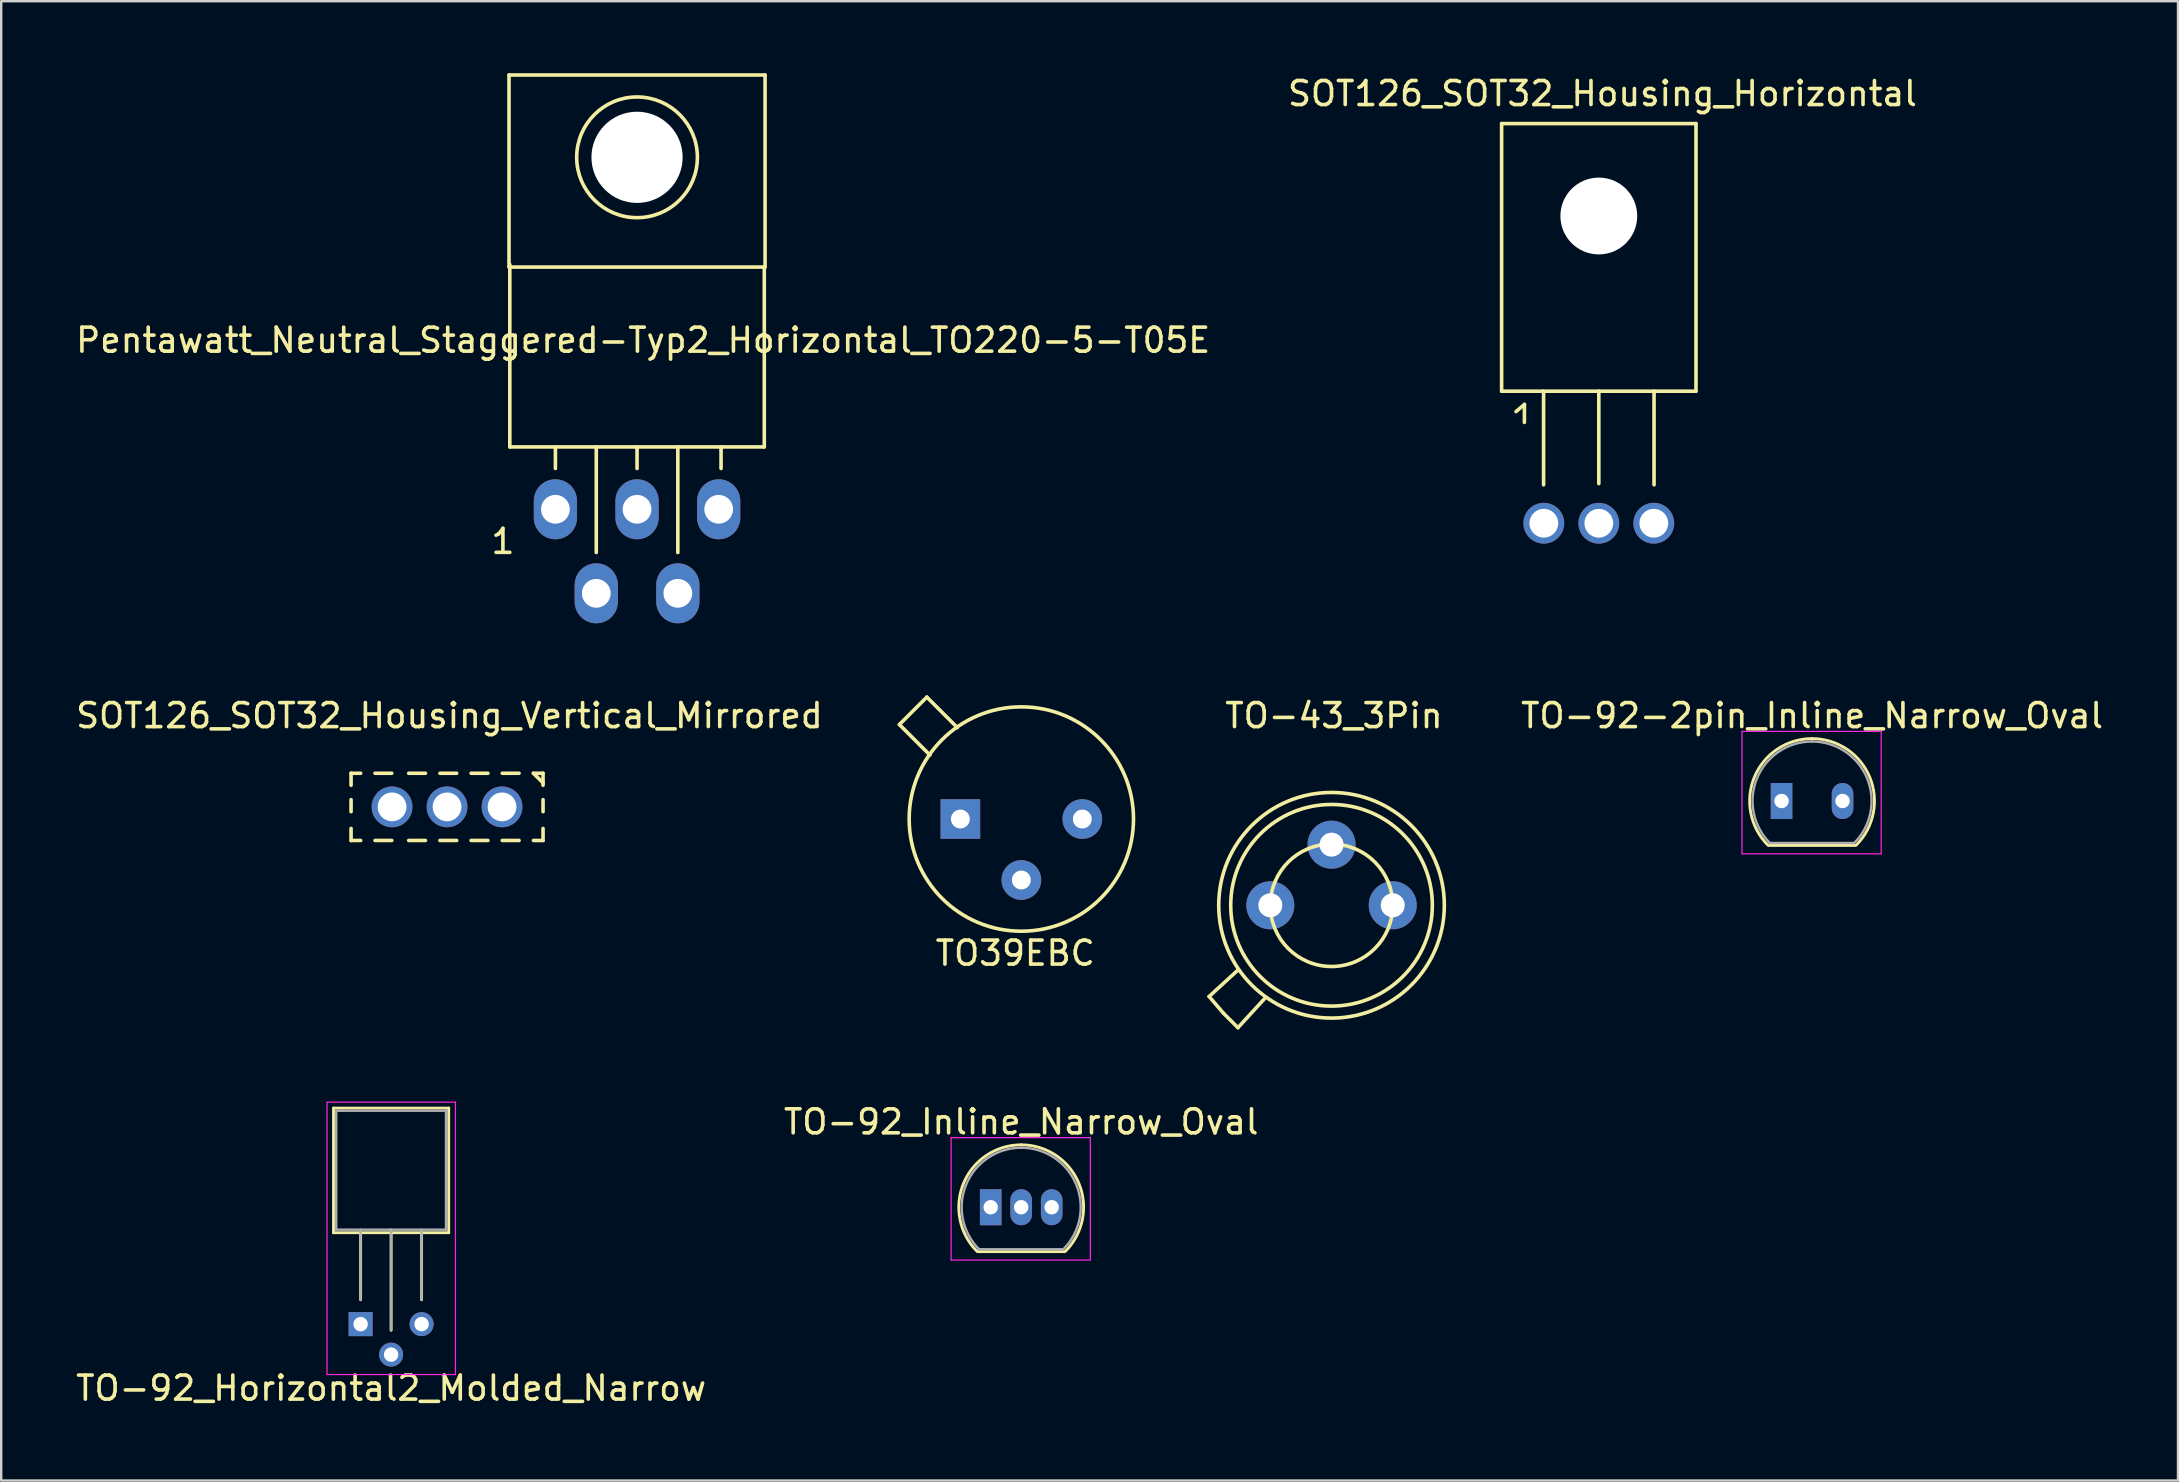
<source format=kicad_pcb>
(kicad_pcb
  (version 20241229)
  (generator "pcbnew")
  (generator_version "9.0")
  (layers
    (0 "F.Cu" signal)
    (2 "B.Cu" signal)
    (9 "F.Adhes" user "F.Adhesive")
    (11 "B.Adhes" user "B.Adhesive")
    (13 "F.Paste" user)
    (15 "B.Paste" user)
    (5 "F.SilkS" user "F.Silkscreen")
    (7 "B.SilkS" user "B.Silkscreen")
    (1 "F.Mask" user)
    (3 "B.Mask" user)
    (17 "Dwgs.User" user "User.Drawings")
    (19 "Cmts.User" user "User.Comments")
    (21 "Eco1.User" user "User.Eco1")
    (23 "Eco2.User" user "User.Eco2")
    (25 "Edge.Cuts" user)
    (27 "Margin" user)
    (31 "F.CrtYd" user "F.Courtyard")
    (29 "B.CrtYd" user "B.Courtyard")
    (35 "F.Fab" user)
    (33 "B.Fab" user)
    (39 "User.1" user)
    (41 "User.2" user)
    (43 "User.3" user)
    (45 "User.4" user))
  (footprint "Pentawatt_Neutral_Staggered-Typ2_Horizontal_TO220-5-T05E"
    (layer "F.Cu")
    (at 23.49 20.268)
    (property "Reference" "Pentawatt_Neutral_Staggered-Typ2_Horizontal_TO220-5-T05E" (at 0.254 -9.144 0) (layer "F.SilkS") (effects (font (size 1 1) (thickness 0.15))))
    (attr through_hole)
    (fp_line (start -5.334 -20.193) (end -5.334 -12.192) (stroke (width 0.15) (type solid)) (layer "F.SilkS"))
    (fp_line (start -5.301 -4.699) (end -5.301 -12.301) (stroke (width 0.15) (type solid)) (layer "F.SilkS"))
    (fp_line (start -5.301 -4.699) (end 5.301 -4.699) (stroke (width 0.15) (type solid)) (layer "F.SilkS"))
    (fp_line (start -3.401 -3.8) (end -3.401 -4.699) (stroke (width 0.15) (type solid)) (layer "F.SilkS"))
    (fp_line (start -1.699 -0.3) (end -1.699 -4.699) (stroke (width 0.15) (type solid)) (layer "F.SilkS"))
    (fp_line (start 0 -3.8) (end 0 -4.699) (stroke (width 0.15) (type solid)) (layer "F.SilkS"))
    (fp_line (start 1.699 -0.3) (end 1.699 -4.699) (stroke (width 0.15) (type solid)) (layer "F.SilkS"))
    (fp_line (start 3.5 -3.8) (end 3.5 -4.699) (stroke (width 0.15) (type solid)) (layer "F.SilkS"))
    (fp_line (start 5.301 -12.2) (end 5.301 -4.699) (stroke (width 0.15) (type solid)) (layer "F.SilkS"))
    (fp_line (start 5.334 -20.193) (end -5.334 -20.193) (stroke (width 0.15) (type solid)) (layer "F.SilkS"))
    (fp_line (start 5.334 -12.192) (end -5.334 -12.192) (stroke (width 0.15) (type solid)) (layer "F.SilkS"))
    (fp_line (start 5.334 -12.192) (end 5.334 -20.193) (stroke (width 0.15) (type solid)) (layer "F.SilkS"))
    (fp_circle (center 0 -16.764) (end 1.778 -14.986) (stroke (width 0.15) (type solid)) (fill no) (layer "F.SilkS"))
    (fp_text user "1" (at -5.588 -0.762 0) (layer "F.SilkS") (effects (font (size 1 1) (thickness 0.15))))
    (pad "" np_thru_hole circle (at 0 -16.764 90) (size 3.8 3.8) (drill 3.8) (layers "*.Cu" "*.Mask"))
    (pad "1" thru_hole oval (at -3.401 -2.101 90) (size 2.499 1.801) (drill 1.199) (layers "*.Cu" "*.Mask"))
    (pad "2" thru_hole oval (at -1.699 1.4 90) (size 2.499 1.801) (drill 1.199) (layers "*.Cu" "*.Mask"))
    (pad "3" thru_hole oval (at 0 -2.101 90) (size 2.499 1.801) (drill 1.199) (layers "*.Cu" "*.Mask"))
    (pad "4" thru_hole oval (at 1.699 1.4 90) (size 2.499 1.801) (drill 1.199) (layers "*.Cu" "*.Mask"))
    (pad "5" thru_hole oval (at 3.401 -2.101 90) (size 2.499 1.801) (drill 1.199) (layers "*.Cu" "*.Mask")))
  (footprint "TO-43_3Pin"
    (layer "F.Cu")
    (at 52.423 34.665)
    (property "Reference" "TO-43_3Pin" (at 0.1 -7.9 0) (layer "F.SilkS") (effects (font (size 1 1) (thickness 0.15))))
    (attr through_hole)
    (fp_line (start -5.1 3.8) (end -3.9 2.7) (stroke (width 0.15) (type solid)) (layer "F.SilkS"))
    (fp_line (start -4.5 4.5) (end -5.1 3.8) (stroke (width 0.15) (type solid)) (layer "F.SilkS"))
    (fp_line (start -4.5 4.5) (end -3.9 5.1) (stroke (width 0.15) (type solid)) (layer "F.SilkS"))
    (fp_line (start -3.9 5.1) (end -2.8 3.9) (stroke (width 0.15) (type solid)) (layer "F.SilkS"))
    (fp_circle (center 0 0) (end 2.55 0) (stroke (width 0.15) (type solid)) (fill no) (layer "F.SilkS"))
    (fp_circle (center 0 0) (end 4.2 0) (stroke (width 0.15) (type solid)) (fill no) (layer "F.SilkS"))
    (fp_circle (center 0 0) (end 4.7 0) (stroke (width 0.15) (type solid)) (fill no) (layer "F.SilkS"))
    (pad "1" thru_hole circle (at -2.55 0) (size 2 2) (drill 1) (layers "*.Cu" "*.Mask"))
    (pad "2" thru_hole circle (at 0 -2.525) (size 2 2) (drill 1) (layers "*.Cu" "*.Mask"))
    (pad "3" thru_hole circle (at 2.55 0) (size 2 2) (drill 1) (layers "*.Cu" "*.Mask")))
  (footprint "TO-92_Inline_Narrow_Oval"
    (layer "F.Cu")
    (at 38.224 47.245)
    (property "Reference" "TO-92_Inline_Narrow_Oval" (at 1.27 -3.556 0) (layer "F.SilkS") (effects (font (size 1 1) (thickness 0.15))))
    (attr through_hole)
    (fp_line (start -0.53 1.85) (end 3.07 1.85) (stroke (width 0.12) (type solid)) (layer "F.SilkS"))
    (fp_arc (start -0.568478 1.838478) (mid -1.132087 -0.994977) (end 1.27 -2.6) (stroke (width 0.12) (type solid)) (layer "F.SilkS"))
    (fp_arc (start 1.27 -2.6) (mid 3.672087 -0.994977) (end 3.108478 1.838478) (stroke (width 0.12) (type solid)) (layer "F.SilkS"))
    (fp_line (start -1.65 -2.9) (end 4.15 -2.9) (stroke (width 0.05) (type solid)) (layer "F.CrtYd"))
    (fp_line (start -1.65 2.2) (end -1.65 -2.9) (stroke (width 0.05) (type solid)) (layer "F.CrtYd"))
    (fp_line (start 4.15 -2.9) (end 4.15 2.2) (stroke (width 0.05) (type solid)) (layer "F.CrtYd"))
    (fp_line (start 4.15 2.2) (end -1.65 2.2) (stroke (width 0.05) (type solid)) (layer "F.CrtYd"))
    (fp_line (start -0.5 1.75) (end 3 1.75) (stroke (width 0.1) (type solid)) (layer "F.Fab"))
    (fp_arc (start -0.483625 1.753625) (mid -1.021221 -0.949055) (end 1.27 -2.48) (stroke (width 0.1) (type solid)) (layer "F.Fab"))
    (fp_arc (start 1.27 -2.48) (mid 3.561221 -0.949055) (end 3.023625 1.753625) (stroke (width 0.1) (type solid)) (layer "F.Fab"))
    (pad "1" thru_hole rect (at 0 0 180) (size 0.899 1.501) (drill 0.6) (layers "*.Cu" "*.Mask"))
    (pad "2" thru_hole oval (at 1.27 0 180) (size 0.899 1.501) (drill 0.6) (layers "*.Cu" "*.Mask"))
    (pad "3" thru_hole oval (at 2.54 0 180) (size 0.899 1.501) (drill 0.6) (layers "*.Cu" "*.Mask")))
  (footprint "SOT126_SOT32_Housing_Vertical_Mirrored"
    (layer "F.Cu")
    (at 15.574 30.565)
    (property "Reference" "SOT126_SOT32_Housing_Vertical_Mirrored" (at 0.099 -3.8 0) (layer "F.SilkS") (effects (font (size 1 1) (thickness 0.15))))
    (attr through_hole)
    (fp_line (start -4 -1.4) (end -3.599 -1.4) (stroke (width 0.15) (type solid)) (layer "F.SilkS"))
    (fp_line (start -4 1.4) (end -3.599 1.4) (stroke (width 0.15) (type solid)) (layer "F.SilkS"))
    (fp_line (start -3.998 -1.4) (end -3.998 -0.899) (stroke (width 0.15) (type solid)) (layer "F.SilkS"))
    (fp_line (start -3.998 -0.3) (end -3.998 0.201) (stroke (width 0.15) (type solid)) (layer "F.SilkS"))
    (fp_line (start -3.998 1.4) (end -3.998 0.899) (stroke (width 0.15) (type solid)) (layer "F.SilkS"))
    (fp_line (start -3 -1.4) (end -2.301 -1.4) (stroke (width 0.15) (type solid)) (layer "F.SilkS"))
    (fp_line (start -3 1.4) (end -2.301 1.4) (stroke (width 0.15) (type solid)) (layer "F.SilkS"))
    (fp_line (start -0.899 -1.4) (end -1.598 -1.4) (stroke (width 0.15) (type solid)) (layer "F.SilkS"))
    (fp_line (start -0.899 1.4) (end -1.598 1.4) (stroke (width 0.15) (type solid)) (layer "F.SilkS"))
    (fp_line (start 0.401 -1.4) (end -0.297 -1.4) (stroke (width 0.15) (type solid)) (layer "F.SilkS"))
    (fp_line (start 0.401 1.4) (end -0.297 1.4) (stroke (width 0.15) (type solid)) (layer "F.SilkS"))
    (fp_line (start 1.702 -1.4) (end 1.003 -1.4) (stroke (width 0.15) (type solid)) (layer "F.SilkS"))
    (fp_line (start 1.702 1.4) (end 1.003 1.4) (stroke (width 0.15) (type solid)) (layer "F.SilkS"))
    (fp_line (start 3 -1.4) (end 2.301 -1.4) (stroke (width 0.15) (type solid)) (layer "F.SilkS"))
    (fp_line (start 3 1.4) (end 2.301 1.4) (stroke (width 0.15) (type solid)) (layer "F.SilkS"))
    (fp_line (start 3.599 -1.4) (end 4 -1.001) (stroke (width 0.15) (type solid)) (layer "F.SilkS"))
    (fp_line (start 4 -1.4) (end 3.599 -1.4) (stroke (width 0.15) (type solid)) (layer "F.SilkS"))
    (fp_line (start 4 -1.4) (end 4 -0.899) (stroke (width 0.15) (type solid)) (layer "F.SilkS"))
    (fp_line (start 4 -0.3) (end 4 0.201) (stroke (width 0.15) (type solid)) (layer "F.SilkS"))
    (fp_line (start 4 1.4) (end 3.599 1.4) (stroke (width 0.15) (type solid)) (layer "F.SilkS"))
    (fp_line (start 4 1.4) (end 4 0.899) (stroke (width 0.15) (type solid)) (layer "F.SilkS"))
    (pad "1" thru_hole circle (at 2.291 0) (size 1.699 1.699) (drill 1.199) (layers "*.Cu" "*.Mask"))
    (pad "2" thru_hole circle (at 0 0) (size 1.699 1.699) (drill 1.199) (layers "*.Cu" "*.Mask"))
    (pad "3" thru_hole circle (at -2.291 0) (size 1.699 1.699) (drill 1.199) (layers "*.Cu" "*.Mask")))
  (footprint "SOT126_SOT32_Housing_Horizontal"
    (layer "F.Cu")
    (at 63.558 18.748)
    (property "Reference" "SOT126_SOT32_Housing_Horizontal" (at 0.15 -17.899 0) (layer "F.SilkS") (effects (font (size 1 1) (thickness 0.15))))
    (attr through_hole)
    (fp_line (start -4.049 -16.65) (end -4.049 -5.499) (stroke (width 0.15) (type solid)) (layer "F.SilkS"))
    (fp_line (start -3.449 -4.651) (end -3.099 -4.95) (stroke (width 0.15) (type solid)) (layer "F.SilkS"))
    (fp_line (start -3.099 -4.95) (end -3.099 -4.201) (stroke (width 0.15) (type solid)) (layer "F.SilkS"))
    (fp_line (start -2.301 -5.499) (end -2.301 -1.6) (stroke (width 0.15) (type solid)) (layer "F.SilkS"))
    (fp_line (start 0 -5.499) (end 0 -1.651) (stroke (width 0.15) (type solid)) (layer "F.SilkS"))
    (fp_line (start 2.301 -5.499) (end 2.301 -1.6) (stroke (width 0.15) (type solid)) (layer "F.SilkS"))
    (fp_line (start 4.049 -16.65) (end -4.049 -16.65) (stroke (width 0.15) (type solid)) (layer "F.SilkS"))
    (fp_line (start 4.049 -5.499) (end -4.049 -5.499) (stroke (width 0.15) (type solid)) (layer "F.SilkS"))
    (fp_line (start 4.049 -5.499) (end 4.049 -16.65) (stroke (width 0.15) (type solid)) (layer "F.SilkS"))
    (pad "" np_thru_hole circle (at 0 -12.799) (size 3.2 3.2) (drill 3.2) (layers "*.Cu" "*.Mask"))
    (pad "1" thru_hole circle (at -2.291 0) (size 1.699 1.699) (drill 1.199) (layers "*.Cu" "*.Mask"))
    (pad "2" thru_hole circle (at 0 0) (size 1.699 1.699) (drill 1.199) (layers "*.Cu" "*.Mask"))
    (pad "3" thru_hole circle (at 2.291 0) (size 1.699 1.699) (drill 1.199) (layers "*.Cu" "*.Mask")))
  (footprint "TO-92-2pin_Inline_Narrow_Oval"
    (layer "F.Cu")
    (at 71.172 30.321)
    (property "Reference" "TO-92-2pin_Inline_Narrow_Oval" (at 1.27 -3.556 0) (layer "F.SilkS") (effects (font (size 1 1) (thickness 0.15))))
    (attr through_hole)
    (fp_line (start -0.53 1.85) (end 3.07 1.85) (stroke (width 0.12) (type solid)) (layer "F.SilkS"))
    (fp_arc (start -0.568478 1.838478) (mid -1.132087 -0.994977) (end 1.27 -2.6) (stroke (width 0.12) (type solid)) (layer "F.SilkS"))
    (fp_arc (start 1.27 -2.6) (mid 3.672087 -0.994977) (end 3.108478 1.838478) (stroke (width 0.12) (type solid)) (layer "F.SilkS"))
    (fp_line (start -1.65 -2.9) (end 4.15 -2.9) (stroke (width 0.05) (type solid)) (layer "F.CrtYd"))
    (fp_line (start -1.65 2.2) (end -1.65 -2.9) (stroke (width 0.05) (type solid)) (layer "F.CrtYd"))
    (fp_line (start 4.15 -2.9) (end 4.15 2.2) (stroke (width 0.05) (type solid)) (layer "F.CrtYd"))
    (fp_line (start 4.15 2.2) (end -1.65 2.2) (stroke (width 0.05) (type solid)) (layer "F.CrtYd"))
    (fp_line (start -0.5 1.75) (end 3 1.75) (stroke (width 0.1) (type solid)) (layer "F.Fab"))
    (fp_arc (start -0.483625 1.753625) (mid -1.021221 -0.949055) (end 1.27 -2.48) (stroke (width 0.1) (type solid)) (layer "F.Fab"))
    (fp_arc (start 1.27 -2.48) (mid 3.561221 -0.949055) (end 3.023625 1.753625) (stroke (width 0.1) (type solid)) (layer "F.Fab"))
    (pad "1" thru_hole rect (at 0 0 180) (size 0.899 1.501) (drill 0.6) (layers "*.Cu" "*.Mask"))
    (pad "2" thru_hole oval (at 2.54 0 180) (size 0.899 1.501) (drill 0.6) (layers "*.Cu" "*.Mask")))
  (footprint "TO-92_Horizontal2_Molded_Narrow"
    (layer "F.Cu")
    (at 11.974 52.115)
    (property "Reference" "TO-92_Horizontal2_Molded_Narrow" (at 1.27 2.667 180) (layer "F.SilkS") (effects (font (size 1 1) (thickness 0.15))))
    (attr through_hole)
    (fp_line (start -1.13 -9) (end -1.13 -3.81) (stroke (width 0.12) (type solid)) (layer "F.SilkS"))
    (fp_line (start -1.13 -3.81) (end 3.67 -3.81) (stroke (width 0.12) (type solid)) (layer "F.SilkS"))
    (fp_line (start 0 -1.016) (end 0 -3.81) (stroke (width 0.12) (type solid)) (layer "F.SilkS"))
    (fp_line (start 1.27 0.254) (end 1.27 -3.81) (stroke (width 0.12) (type solid)) (layer "F.SilkS"))
    (fp_line (start 2.54 -1.016) (end 2.54 -3.81) (stroke (width 0.12) (type solid)) (layer "F.SilkS"))
    (fp_line (start 3.67 -9) (end -1.13 -9) (stroke (width 0.12) (type solid)) (layer "F.SilkS"))
    (fp_line (start 3.67 -3.81) (end 3.67 -9) (stroke (width 0.12) (type solid)) (layer "F.SilkS"))
    (fp_line (start -1.4 -9.25) (end -1.4 2.1) (stroke (width 0.05) (type solid)) (layer "F.CrtYd"))
    (fp_line (start -1.4 -9.25) (end 3.95 -9.25) (stroke (width 0.05) (type solid)) (layer "F.CrtYd"))
    (fp_line (start -1.4 2.1) (end 3.95 2.1) (stroke (width 0.05) (type solid)) (layer "F.CrtYd"))
    (fp_line (start 3.95 -9.25) (end 3.95 2.1) (stroke (width 0.05) (type solid)) (layer "F.CrtYd"))
    (fp_line (start -1.016 -8.89) (end -1.016 -3.937) (stroke (width 0.1) (type solid)) (layer "F.Fab"))
    (fp_line (start -1.016 -3.937) (end 3.556 -3.937) (stroke (width 0.1) (type solid)) (layer "F.Fab"))
    (fp_line (start 0 -3.937) (end 0 -1.016) (stroke (width 0.1) (type solid)) (layer "F.Fab"))
    (fp_line (start 1.27 -3.937) (end 1.27 0.254) (stroke (width 0.1) (type solid)) (layer "F.Fab"))
    (fp_line (start 2.54 -3.937) (end 2.54 -1.016) (stroke (width 0.1) (type solid)) (layer "F.Fab"))
    (fp_line (start 3.556 -8.89) (end -1.016 -8.89) (stroke (width 0.1) (type solid)) (layer "F.Fab"))
    (fp_line (start 3.556 -3.937) (end 3.556 -8.89) (stroke (width 0.1) (type solid)) (layer "F.Fab"))
    (pad "1" thru_hole rect (at 0 0 270) (size 1.001 1.001) (drill 0.6) (layers "*.Cu" "*.Mask"))
    (pad "2" thru_hole circle (at 1.27 1.27 270) (size 1.001 1.001) (drill 0.6) (layers "*.Cu" "*.Mask"))
    (pad "3" thru_hole circle (at 2.54 0 270) (size 1.001 1.001) (drill 0.6) (layers "*.Cu" "*.Mask")))
  (footprint "TO39EBC"
    (layer "F.Cu")
    (at 36.96 31.072)
    (property "Reference" "TO39EBC" (at 2.286 5.588 0) (layer "F.SilkS") (effects (font (size 1 1) (thickness 0.15))))
    (attr through_hole)
    (fp_line (start -1.397 -5.08) (end -2.54 -3.937) (stroke (width 0.15) (type solid)) (layer "F.SilkS"))
    (fp_line (start -1.27 -2.667) (end -2.54 -3.937) (stroke (width 0.15) (type solid)) (layer "F.SilkS"))
    (fp_line (start -0.127 -3.81) (end -1.397 -5.08) (stroke (width 0.15) (type solid)) (layer "F.SilkS"))
    (fp_circle (center 2.54 0) (end 5.715 3.429) (stroke (width 0.15) (type solid)) (fill no) (layer "F.SilkS"))
    (pad "1" thru_hole rect (at 0 0) (size 1.651 1.651) (drill 0.787) (layers "*.Cu" "*.Mask"))
    (pad "2" thru_hole circle (at 2.54 2.54) (size 1.651 1.651) (drill 0.787) (layers "*.Cu" "*.Mask"))
    (pad "3" thru_hole circle (at 5.08 0) (size 1.651 1.651) (drill 0.787) (layers "*.Cu" "*.Mask")))
  (gr_rect
    (start -3 -3)
    (end 87.687 58.631)
    (stroke (width 0.1) (type default))
    (fill no)
    (layer "Edge.Cuts")))
</source>
